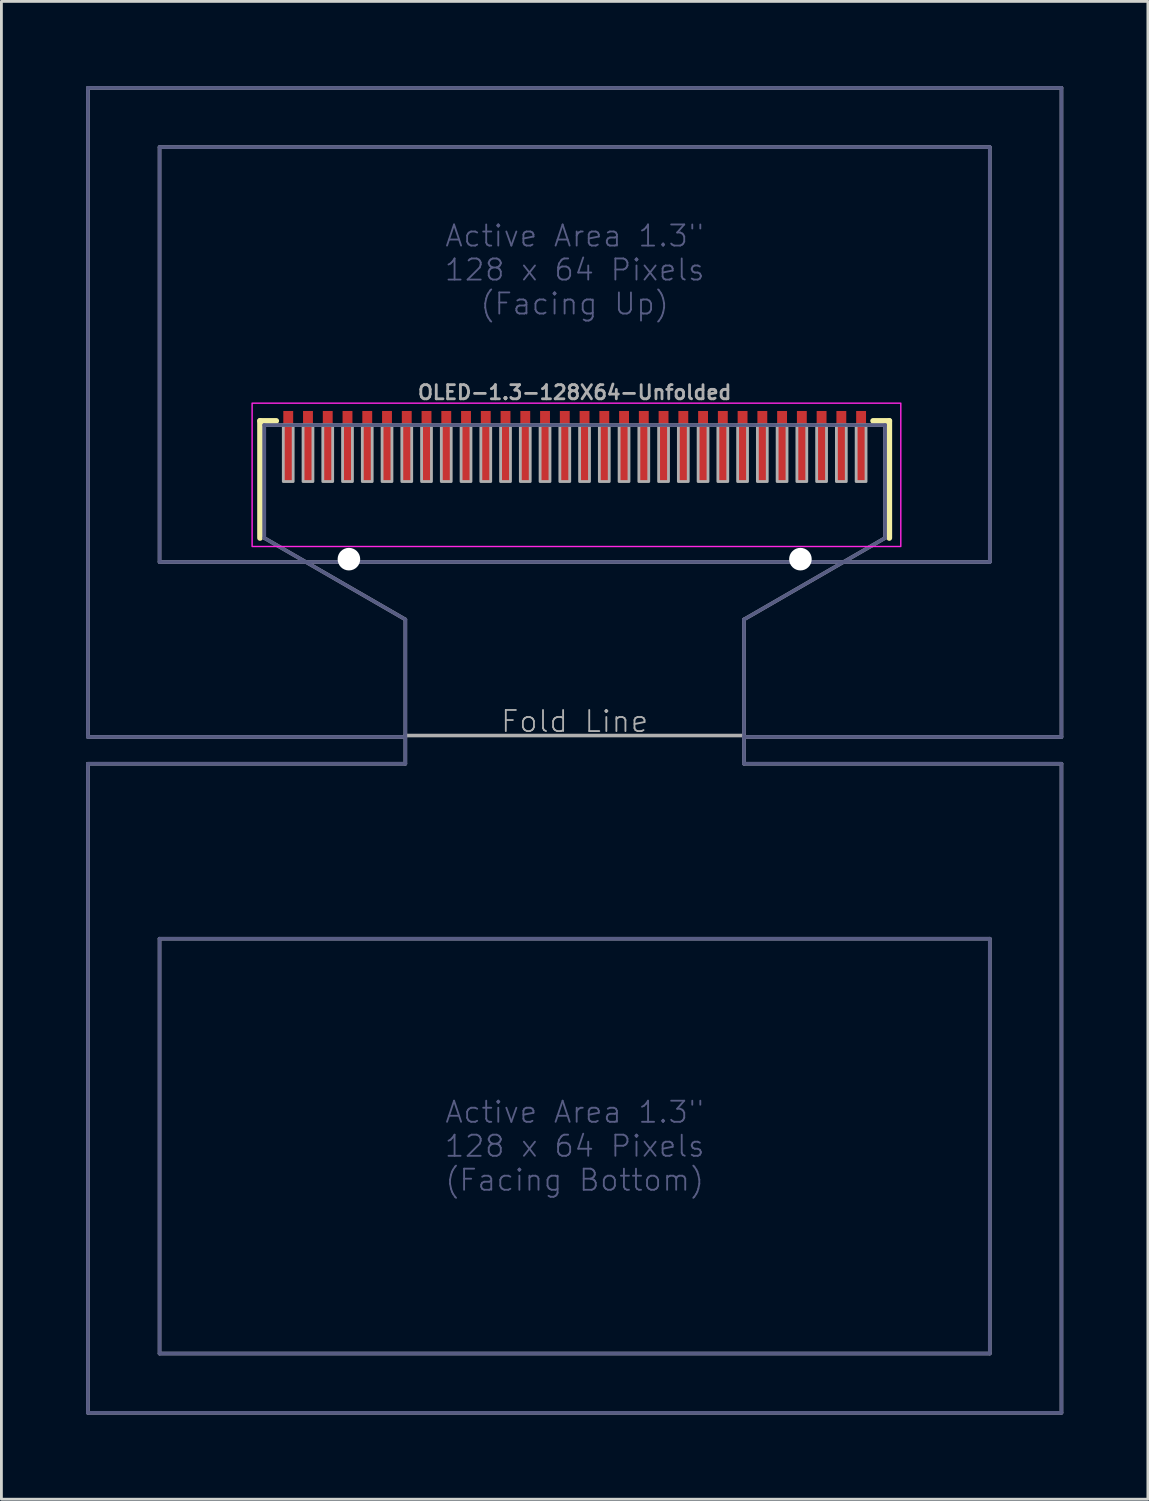
<source format=kicad_pcb>
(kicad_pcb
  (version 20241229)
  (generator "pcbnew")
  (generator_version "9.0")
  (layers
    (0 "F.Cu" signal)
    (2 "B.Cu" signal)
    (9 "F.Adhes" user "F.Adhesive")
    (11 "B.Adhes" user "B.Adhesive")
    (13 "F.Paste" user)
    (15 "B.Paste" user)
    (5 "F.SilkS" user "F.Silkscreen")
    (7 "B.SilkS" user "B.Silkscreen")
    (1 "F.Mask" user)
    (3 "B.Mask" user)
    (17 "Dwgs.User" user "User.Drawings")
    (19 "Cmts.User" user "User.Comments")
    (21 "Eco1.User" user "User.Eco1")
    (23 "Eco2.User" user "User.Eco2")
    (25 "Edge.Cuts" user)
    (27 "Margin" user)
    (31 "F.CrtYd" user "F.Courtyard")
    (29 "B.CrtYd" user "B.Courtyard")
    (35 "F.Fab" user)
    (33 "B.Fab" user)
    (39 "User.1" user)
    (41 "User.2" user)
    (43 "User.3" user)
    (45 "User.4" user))
  (footprint "OLED-1.3-128X64-Unfolded"
    (layer "F.Cu")
    (at 17.314 13.014)
    (property "Reference" "OLED-1.3-128X64-Unfolded" (at 0 -2.159 0) (unlocked yes) (layer "F.Fab") (effects (font (size 0.5 0.5) (thickness 0.1))))
    (fp_line (start -11.15 -1.15) (end -11.15 3) (stroke (width 0.2) (type solid)) (layer "F.SilkS"))
    (fp_line (start -10.575 -1.15) (end -11.15 -1.15) (stroke (width 0.2) (type solid)) (layer "F.SilkS"))
    (fp_line (start 10.575 -1.15) (end 11.15 -1.15) (stroke (width 0.2) (type solid)) (layer "F.SilkS"))
    (fp_line (start 11.15 -1.15) (end 11.15 3) (stroke (width 0.2) (type solid)) (layer "F.SilkS"))
    (fp_rect (start -11.43 -1.778) (end 11.557 3.302) (stroke (width 0.05) (type default)) (fill no) (layer "F.CrtYd"))
    (fp_line (start -17.25 -12.95) (end -17.25 10.05) (stroke (width 0.127) (type solid)) (layer "B.Fab"))
    (fp_line (start -17.25 10.05) (end -6 10.05) (stroke (width 0.127) (type solid)) (layer "B.Fab"))
    (fp_line (start -17.25 11) (end -17.25 34) (stroke (width 0.127) (type solid)) (layer "B.Fab"))
    (fp_line (start -17.25 34) (end 17.25 34) (stroke (width 0.127) (type solid)) (layer "B.Fab"))
    (fp_line (start -14.71 -10.85) (end -14.71 3.85) (stroke (width 0.127) (type solid)) (layer "B.Fab"))
    (fp_line (start -14.71 3.85) (end 14.71 3.85) (stroke (width 0.127) (type solid)) (layer "B.Fab"))
    (fp_line (start -14.71 17.2) (end -14.71 31.9) (stroke (width 0.127) (type solid)) (layer "B.Fab"))
    (fp_line (start -14.71 31.9) (end 14.71 31.9) (stroke (width 0.127) (type solid)) (layer "B.Fab"))
    (fp_line (start -11 -1) (end -11 3) (stroke (width 0.127) (type solid)) (layer "B.Fab"))
    (fp_line (start -11 3) (end -6 5.887) (stroke (width 0.127) (type solid)) (layer "B.Fab"))
    (fp_line (start -6 5.887) (end -6 11) (stroke (width 0.127) (type solid)) (layer "B.Fab"))
    (fp_line (start -6 11) (end -17.25 11) (stroke (width 0.127) (type solid)) (layer "B.Fab"))
    (fp_line (start 6 5.887) (end 11 3) (stroke (width 0.127) (type solid)) (layer "B.Fab"))
    (fp_line (start 6 10.05) (end 17.25 10.05) (stroke (width 0.127) (type solid)) (layer "B.Fab"))
    (fp_line (start 6 11) (end 6 5.887) (stroke (width 0.127) (type solid)) (layer "B.Fab"))
    (fp_line (start 11 -1) (end -11 -1) (stroke (width 0.127) (type solid)) (layer "B.Fab"))
    (fp_line (start 11 3) (end 11 -1) (stroke (width 0.127) (type solid)) (layer "B.Fab"))
    (fp_line (start 14.71 -10.85) (end -14.71 -10.85) (stroke (width 0.127) (type solid)) (layer "B.Fab"))
    (fp_line (start 14.71 3.85) (end 14.71 -10.85) (stroke (width 0.127) (type solid)) (layer "B.Fab"))
    (fp_line (start 14.71 17.2) (end -14.71 17.2) (stroke (width 0.127) (type solid)) (layer "B.Fab"))
    (fp_line (start 14.71 31.9) (end 14.71 17.2) (stroke (width 0.127) (type solid)) (layer "B.Fab"))
    (fp_line (start 17.25 -12.95) (end -17.25 -12.95) (stroke (width 0.127) (type solid)) (layer "B.Fab"))
    (fp_line (start 17.25 10.05) (end 17.25 -12.95) (stroke (width 0.127) (type solid)) (layer "B.Fab"))
    (fp_line (start 17.25 11) (end 6 11) (stroke (width 0.127) (type solid)) (layer "B.Fab"))
    (fp_line (start 17.25 34) (end 17.25 11) (stroke (width 0.127) (type solid)) (layer "B.Fab"))
    (fp_line (start -17.25 -12.95) (end -17.25 10.05) (stroke (width 0.127) (type solid)) (layer "F.Fab"))
    (fp_line (start -17.25 10.05) (end -6 10.05) (stroke (width 0.127) (type solid)) (layer "F.Fab"))
    (fp_line (start -17.25 11) (end -17.25 34) (stroke (width 0.127) (type solid)) (layer "F.Fab"))
    (fp_line (start -17.25 34) (end 17.25 34) (stroke (width 0.127) (type solid)) (layer "F.Fab"))
    (fp_line (start -14.71 -10.85) (end -14.71 3.85) (stroke (width 0.127) (type solid)) (layer "F.Fab"))
    (fp_line (start -14.71 3.85) (end 14.71 3.85) (stroke (width 0.127) (type solid)) (layer "F.Fab"))
    (fp_line (start -14.71 17.2) (end -14.71 31.9) (stroke (width 0.127) (type solid)) (layer "F.Fab"))
    (fp_line (start -14.71 31.9) (end 14.71 31.9) (stroke (width 0.127) (type solid)) (layer "F.Fab"))
    (fp_line (start -11 -1) (end -11 3) (stroke (width 0.127) (type solid)) (layer "F.Fab"))
    (fp_line (start -11 3) (end -6 5.887) (stroke (width 0.127) (type solid)) (layer "F.Fab"))
    (fp_line (start -6 5.887) (end -6 10) (stroke (width 0.127) (type solid)) (layer "F.Fab"))
    (fp_line (start -6 10) (end -6 11) (stroke (width 0.127) (type solid)) (layer "F.Fab"))
    (fp_line (start -6 11) (end -17.25 11) (stroke (width 0.127) (type solid)) (layer "F.Fab"))
    (fp_line (start 6 5.887) (end 11 3) (stroke (width 0.127) (type solid)) (layer "F.Fab"))
    (fp_line (start 6 10) (end -6 10) (stroke (width 0.127) (type solid)) (layer "F.Fab"))
    (fp_line (start 6 10) (end 6 5.887) (stroke (width 0.127) (type solid)) (layer "F.Fab"))
    (fp_line (start 6 10.05) (end 17.25 10.05) (stroke (width 0.127) (type solid)) (layer "F.Fab"))
    (fp_line (start 6 11) (end 6 10) (stroke (width 0.127) (type solid)) (layer "F.Fab"))
    (fp_line (start 11 -1) (end -11 -1) (stroke (width 0.127) (type solid)) (layer "F.Fab"))
    (fp_line (start 11 3) (end 11 -1) (stroke (width 0.127) (type solid)) (layer "F.Fab"))
    (fp_line (start 14.71 -10.85) (end -14.71 -10.85) (stroke (width 0.127) (type solid)) (layer "F.Fab"))
    (fp_line (start 14.71 3.85) (end 14.71 -10.85) (stroke (width 0.127) (type solid)) (layer "F.Fab"))
    (fp_line (start 14.71 17.2) (end -14.71 17.2) (stroke (width 0.127) (type solid)) (layer "F.Fab"))
    (fp_line (start 14.71 31.9) (end 14.71 17.2) (stroke (width 0.127) (type solid)) (layer "F.Fab"))
    (fp_line (start 17.25 -12.95) (end -17.25 -12.95) (stroke (width 0.127) (type solid)) (layer "F.Fab"))
    (fp_line (start 17.25 10.05) (end 17.25 -12.95) (stroke (width 0.127) (type solid)) (layer "F.Fab"))
    (fp_line (start 17.25 11) (end 6 11) (stroke (width 0.127) (type solid)) (layer "F.Fab"))
    (fp_line (start 17.25 34) (end 17.25 11) (stroke (width 0.127) (type solid)) (layer "F.Fab"))
    (fp_poly (pts (xy -10.325 1) (xy -9.975 1) (xy -9.975 -1) (xy -10.325 -1)) (stroke (width 0.1) (type default)) (fill no) (layer "F.Fab"))
    (fp_poly (pts (xy -9.625 1) (xy -9.275 1) (xy -9.275 -1) (xy -9.625 -1)) (stroke (width 0.1) (type default)) (fill no) (layer "F.Fab"))
    (fp_poly (pts (xy -8.925 1) (xy -8.575 1) (xy -8.575 -1) (xy -8.925 -1)) (stroke (width 0.1) (type default)) (fill no) (layer "F.Fab"))
    (fp_poly (pts (xy -8.225 1) (xy -7.875 1) (xy -7.875 -1) (xy -8.225 -1)) (stroke (width 0.1) (type default)) (fill no) (layer "F.Fab"))
    (fp_poly (pts (xy -7.525 1) (xy -7.175 1) (xy -7.175 -1) (xy -7.525 -1)) (stroke (width 0.1) (type default)) (fill no) (layer "F.Fab"))
    (fp_poly (pts (xy -6.825 1) (xy -6.475 1) (xy -6.475 -1) (xy -6.825 -1)) (stroke (width 0.1) (type default)) (fill no) (layer "F.Fab"))
    (fp_poly (pts (xy -6.125 1) (xy -5.775 1) (xy -5.775 -1) (xy -6.125 -1)) (stroke (width 0.1) (type default)) (fill no) (layer "F.Fab"))
    (fp_poly (pts (xy -5.425 1) (xy -5.075 1) (xy -5.075 -1) (xy -5.425 -1)) (stroke (width 0.1) (type default)) (fill no) (layer "F.Fab"))
    (fp_poly (pts (xy -4.725 1) (xy -4.375 1) (xy -4.375 -1) (xy -4.725 -1)) (stroke (width 0.1) (type default)) (fill no) (layer "F.Fab"))
    (fp_poly (pts (xy -4.025 1) (xy -3.675 1) (xy -3.675 -1) (xy -4.025 -1)) (stroke (width 0.1) (type default)) (fill no) (layer "F.Fab"))
    (fp_poly (pts (xy -3.325 1) (xy -2.975 1) (xy -2.975 -1) (xy -3.325 -1)) (stroke (width 0.1) (type default)) (fill no) (layer "F.Fab"))
    (fp_poly (pts (xy -2.625 1) (xy -2.275 1) (xy -2.275 -1) (xy -2.625 -1)) (stroke (width 0.1) (type default)) (fill no) (layer "F.Fab"))
    (fp_poly (pts (xy -1.925 1) (xy -1.575 1) (xy -1.575 -1) (xy -1.925 -1)) (stroke (width 0.1) (type default)) (fill no) (layer "F.Fab"))
    (fp_poly (pts (xy -1.225 1) (xy -0.875 1) (xy -0.875 -1) (xy -1.225 -1)) (stroke (width 0.1) (type default)) (fill no) (layer "F.Fab"))
    (fp_poly (pts (xy -0.525 1) (xy -0.175 1) (xy -0.175 -1) (xy -0.525 -1)) (stroke (width 0.1) (type default)) (fill no) (layer "F.Fab"))
    (fp_poly (pts (xy 0.175 1) (xy 0.525 1) (xy 0.525 -1) (xy 0.175 -1)) (stroke (width 0.1) (type default)) (fill no) (layer "F.Fab"))
    (fp_poly (pts (xy 0.875 1) (xy 1.225 1) (xy 1.225 -1) (xy 0.875 -1)) (stroke (width 0.1) (type default)) (fill no) (layer "F.Fab"))
    (fp_poly (pts (xy 1.575 1) (xy 1.925 1) (xy 1.925 -1) (xy 1.575 -1)) (stroke (width 0.1) (type default)) (fill no) (layer "F.Fab"))
    (fp_poly (pts (xy 2.275 1) (xy 2.625 1) (xy 2.625 -1) (xy 2.275 -1)) (stroke (width 0.1) (type default)) (fill no) (layer "F.Fab"))
    (fp_poly (pts (xy 2.975 1) (xy 3.325 1) (xy 3.325 -1) (xy 2.975 -1)) (stroke (width 0.1) (type default)) (fill no) (layer "F.Fab"))
    (fp_poly (pts (xy 3.675 1) (xy 4.025 1) (xy 4.025 -1) (xy 3.675 -1)) (stroke (width 0.1) (type default)) (fill no) (layer "F.Fab"))
    (fp_poly (pts (xy 4.375 1) (xy 4.725 1) (xy 4.725 -1) (xy 4.375 -1)) (stroke (width 0.1) (type default)) (fill no) (layer "F.Fab"))
    (fp_poly (pts (xy 5.075 1) (xy 5.425 1) (xy 5.425 -1) (xy 5.075 -1)) (stroke (width 0.1) (type default)) (fill no) (layer "F.Fab"))
    (fp_poly (pts (xy 5.775 1) (xy 6.125 1) (xy 6.125 -1) (xy 5.775 -1)) (stroke (width 0.1) (type default)) (fill no) (layer "F.Fab"))
    (fp_poly (pts (xy 6.475 1) (xy 6.825 1) (xy 6.825 -1) (xy 6.475 -1)) (stroke (width 0.1) (type default)) (fill no) (layer "F.Fab"))
    (fp_poly (pts (xy 7.175 1) (xy 7.525 1) (xy 7.525 -1) (xy 7.175 -1)) (stroke (width 0.1) (type default)) (fill no) (layer "F.Fab"))
    (fp_poly (pts (xy 7.875 1) (xy 8.225 1) (xy 8.225 -1) (xy 7.875 -1)) (stroke (width 0.1) (type default)) (fill no) (layer "F.Fab"))
    (fp_poly (pts (xy 8.575 1) (xy 8.925 1) (xy 8.925 -1) (xy 8.575 -1)) (stroke (width 0.1) (type default)) (fill no) (layer "F.Fab"))
    (fp_poly (pts (xy 9.275 1) (xy 9.625 1) (xy 9.625 -1) (xy 9.275 -1)) (stroke (width 0.1) (type default)) (fill no) (layer "F.Fab"))
    (fp_poly (pts (xy 9.975 1) (xy 10.325 1) (xy 10.325 -1) (xy 9.975 -1)) (stroke (width 0.1) (type default)) (fill no) (layer "F.Fab"))
    (fp_text user "Active Area 1.3\"\n128 x 64 Pixels\n(Facing Bottom)" (at 0 24.55 0) (unlocked yes) (layer "B.Fab") (effects (font (size 0.748 0.748) (thickness 0.065))))
    (fp_text user "Active Area 1.3\"\n128 x 64 Pixels\n(Facing Up)" (at 0 -6.5 0) (unlocked yes) (layer "B.Fab") (effects (font (size 0.748 0.748) (thickness 0.065))))
    (fp_text user "Fold Line" (at 0 9.5 0) (unlocked yes) (layer "F.Fab") (effects (font (size 0.748 0.748) (thickness 0.065))))
    (pad "" np_thru_hole circle (at -8 3.75) (size 0.8 0.8) (drill 0.8) (layers "*.Cu" "*.Mask"))
    (pad "" np_thru_hole circle (at 8 3.75) (size 0.8 0.8) (drill 0.8) (layers "*.Cu" "*.Mask"))
    (pad "1" smd rect (at -10.15 -0.25) (size 0.35 2.5) (layers "F.Cu" "F.Mask" "F.Paste"))
    (pad "2" smd rect (at -9.45 -0.25) (size 0.35 2.5) (layers "F.Cu" "F.Mask" "F.Paste"))
    (pad "3" smd rect (at -8.75 -0.25) (size 0.35 2.5) (layers "F.Cu" "F.Mask" "F.Paste"))
    (pad "4" smd rect (at -8.05 -0.25) (size 0.35 2.5) (layers "F.Cu" "F.Mask" "F.Paste"))
    (pad "5" smd rect (at -7.35 -0.25) (size 0.35 2.5) (layers "F.Cu" "F.Mask" "F.Paste"))
    (pad "6" smd rect (at -6.65 -0.25) (size 0.35 2.5) (layers "F.Cu" "F.Mask" "F.Paste"))
    (pad "7" smd rect (at -5.95 -0.25) (size 0.35 2.5) (layers "F.Cu" "F.Mask" "F.Paste"))
    (pad "8" smd rect (at -5.25 -0.25) (size 0.35 2.5) (layers "F.Cu" "F.Mask" "F.Paste"))
    (pad "9" smd rect (at -4.55 -0.25) (size 0.35 2.5) (layers "F.Cu" "F.Mask" "F.Paste"))
    (pad "10" smd rect (at -3.85 -0.25) (size 0.35 2.5) (layers "F.Cu" "F.Mask" "F.Paste"))
    (pad "11" smd rect (at -3.15 -0.25) (size 0.35 2.5) (layers "F.Cu" "F.Mask" "F.Paste"))
    (pad "12" smd rect (at -2.45 -0.25) (size 0.35 2.5) (layers "F.Cu" "F.Mask" "F.Paste"))
    (pad "13" smd rect (at -1.75 -0.25) (size 0.35 2.5) (layers "F.Cu" "F.Mask" "F.Paste"))
    (pad "14" smd rect (at -1.05 -0.25) (size 0.35 2.5) (layers "F.Cu" "F.Mask" "F.Paste"))
    (pad "15" smd rect (at -0.35 -0.25) (size 0.35 2.5) (layers "F.Cu" "F.Mask" "F.Paste"))
    (pad "16" smd rect (at 0.35 -0.25) (size 0.35 2.5) (layers "F.Cu" "F.Mask" "F.Paste"))
    (pad "17" smd rect (at 1.05 -0.25) (size 0.35 2.5) (layers "F.Cu" "F.Mask" "F.Paste"))
    (pad "18" smd rect (at 1.75 -0.25) (size 0.35 2.5) (layers "F.Cu" "F.Mask" "F.Paste"))
    (pad "19" smd rect (at 2.45 -0.25) (size 0.35 2.5) (layers "F.Cu" "F.Mask" "F.Paste"))
    (pad "20" smd rect (at 3.15 -0.25) (size 0.35 2.5) (layers "F.Cu" "F.Mask" "F.Paste"))
    (pad "21" smd rect (at 3.85 -0.25) (size 0.35 2.5) (layers "F.Cu" "F.Mask" "F.Paste"))
    (pad "22" smd rect (at 4.55 -0.25) (size 0.35 2.5) (layers "F.Cu" "F.Mask" "F.Paste"))
    (pad "23" smd rect (at 5.25 -0.25) (size 0.35 2.5) (layers "F.Cu" "F.Mask" "F.Paste"))
    (pad "24" smd rect (at 5.95 -0.25) (size 0.35 2.5) (layers "F.Cu" "F.Mask" "F.Paste"))
    (pad "25" smd rect (at 6.65 -0.25) (size 0.35 2.5) (layers "F.Cu" "F.Mask" "F.Paste"))
    (pad "26" smd rect (at 7.35 -0.25) (size 0.35 2.5) (layers "F.Cu" "F.Mask" "F.Paste"))
    (pad "27" smd rect (at 8.05 -0.25) (size 0.35 2.5) (layers "F.Cu" "F.Mask" "F.Paste"))
    (pad "28" smd rect (at 8.75 -0.25) (size 0.35 2.5) (layers "F.Cu" "F.Mask" "F.Paste"))
    (pad "29" smd rect (at 9.45 -0.25) (size 0.35 2.5) (layers "F.Cu" "F.Mask" "F.Paste"))
    (pad "30" smd rect (at 10.15 -0.25) (size 0.35 2.5) (layers "F.Cu" "F.Mask" "F.Paste")))
  (gr_rect
    (start -3 -3)
    (end 37.627 50.077)
    (stroke (width 0.1) (type default))
    (fill no)
    (layer "Edge.Cuts")))
</source>
